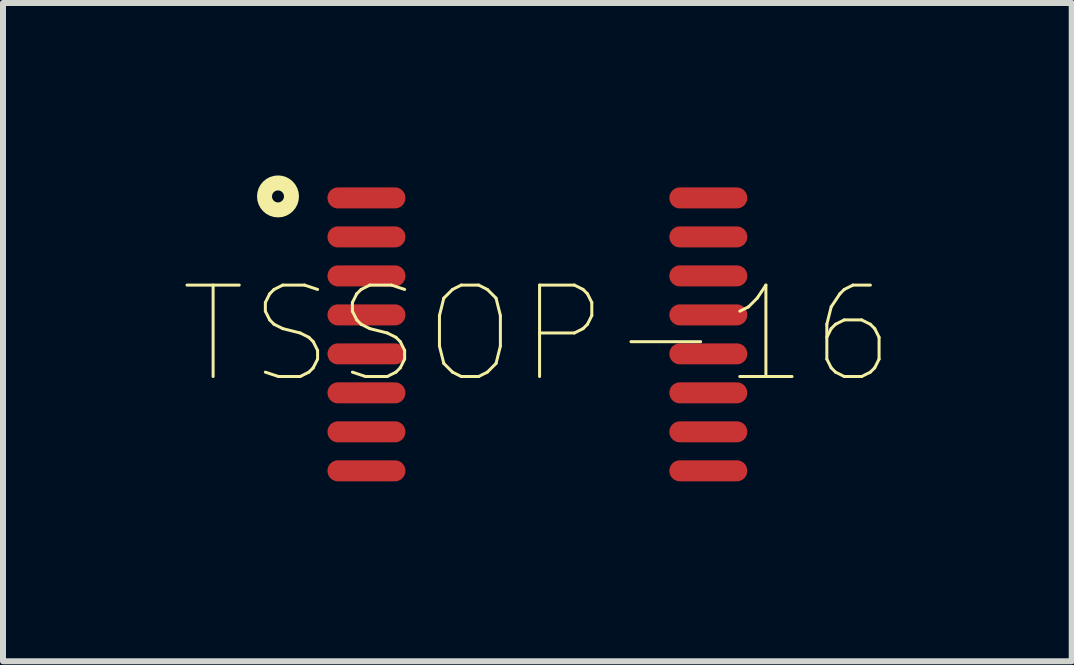
<source format=kicad_pcb>
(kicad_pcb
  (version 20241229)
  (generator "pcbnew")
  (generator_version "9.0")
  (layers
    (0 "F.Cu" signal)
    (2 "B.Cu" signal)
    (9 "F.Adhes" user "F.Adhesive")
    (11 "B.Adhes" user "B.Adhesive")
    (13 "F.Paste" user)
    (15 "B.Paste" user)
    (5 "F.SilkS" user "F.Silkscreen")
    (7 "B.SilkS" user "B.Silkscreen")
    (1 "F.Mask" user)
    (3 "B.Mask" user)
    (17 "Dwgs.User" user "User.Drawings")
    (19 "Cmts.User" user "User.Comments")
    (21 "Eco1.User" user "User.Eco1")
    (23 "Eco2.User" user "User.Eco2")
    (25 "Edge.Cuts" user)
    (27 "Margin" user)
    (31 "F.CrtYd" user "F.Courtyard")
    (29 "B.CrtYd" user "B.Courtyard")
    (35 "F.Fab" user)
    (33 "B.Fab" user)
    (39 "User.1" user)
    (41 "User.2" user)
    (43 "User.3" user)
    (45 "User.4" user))
  (footprint "TSSOP-16"
    (layer "F.Cu")
    (at 5.91 2.525)
    (property "Reference" "TSSOP-16" (at 0 0 0) (layer "F.SilkS") (effects (font (size 1.524 1.524) (thickness 0.05))))
    (attr smd)
    (fp_circle (center -4.325 -2.3) (end -4.225 -2.3) (stroke (width 0.25) (type solid)) (fill no) (layer "F.SilkS"))
    (pad "1" smd oval (at -2.85 -2.275 90) (size 0.35 1.3) (layers "F.Cu" "F.Mask" "F.Paste"))
    (pad "2" smd oval (at -2.85 -1.625 90) (size 0.35 1.3) (layers "F.Cu" "F.Mask" "F.Paste"))
    (pad "3" smd oval (at -2.85 -0.975 90) (size 0.35 1.3) (layers "F.Cu" "F.Mask" "F.Paste"))
    (pad "4" smd oval (at -2.85 -0.325 90) (size 0.35 1.3) (layers "F.Cu" "F.Mask" "F.Paste"))
    (pad "5" smd oval (at -2.85 0.325 90) (size 0.35 1.3) (layers "F.Cu" "F.Mask" "F.Paste"))
    (pad "6" smd oval (at -2.85 0.975 90) (size 0.35 1.3) (layers "F.Cu" "F.Mask" "F.Paste"))
    (pad "7" smd oval (at -2.85 1.625 90) (size 0.35 1.3) (layers "F.Cu" "F.Mask" "F.Paste"))
    (pad "8" smd oval (at -2.85 2.275 90) (size 0.35 1.3) (layers "F.Cu" "F.Mask" "F.Paste"))
    (pad "9" smd oval (at 2.85 2.275 90) (size 0.35 1.3) (layers "F.Cu" "F.Mask" "F.Paste"))
    (pad "10" smd oval (at 2.85 1.625 90) (size 0.35 1.3) (layers "F.Cu" "F.Mask" "F.Paste"))
    (pad "11" smd oval (at 2.85 0.975 90) (size 0.35 1.3) (layers "F.Cu" "F.Mask" "F.Paste"))
    (pad "12" smd oval (at 2.85 0.325 90) (size 0.35 1.3) (layers "F.Cu" "F.Mask" "F.Paste"))
    (pad "13" smd oval (at 2.85 -0.325 90) (size 0.35 1.3) (layers "F.Cu" "F.Mask" "F.Paste"))
    (pad "14" smd oval (at 2.85 -0.975 90) (size 0.35 1.3) (layers "F.Cu" "F.Mask" "F.Paste"))
    (pad "15" smd oval (at 2.85 -1.625 90) (size 0.35 1.3) (layers "F.Cu" "F.Mask" "F.Paste"))
    (pad "16" smd oval (at 2.85 -2.275 90) (size 0.35 1.3) (layers "F.Cu" "F.Mask" "F.Paste")))
  (gr_rect
    (start -3 -3)
    (end 14.819 7.975)
    (stroke (width 0.1) (type default))
    (fill no)
    (layer "Edge.Cuts")))
</source>
